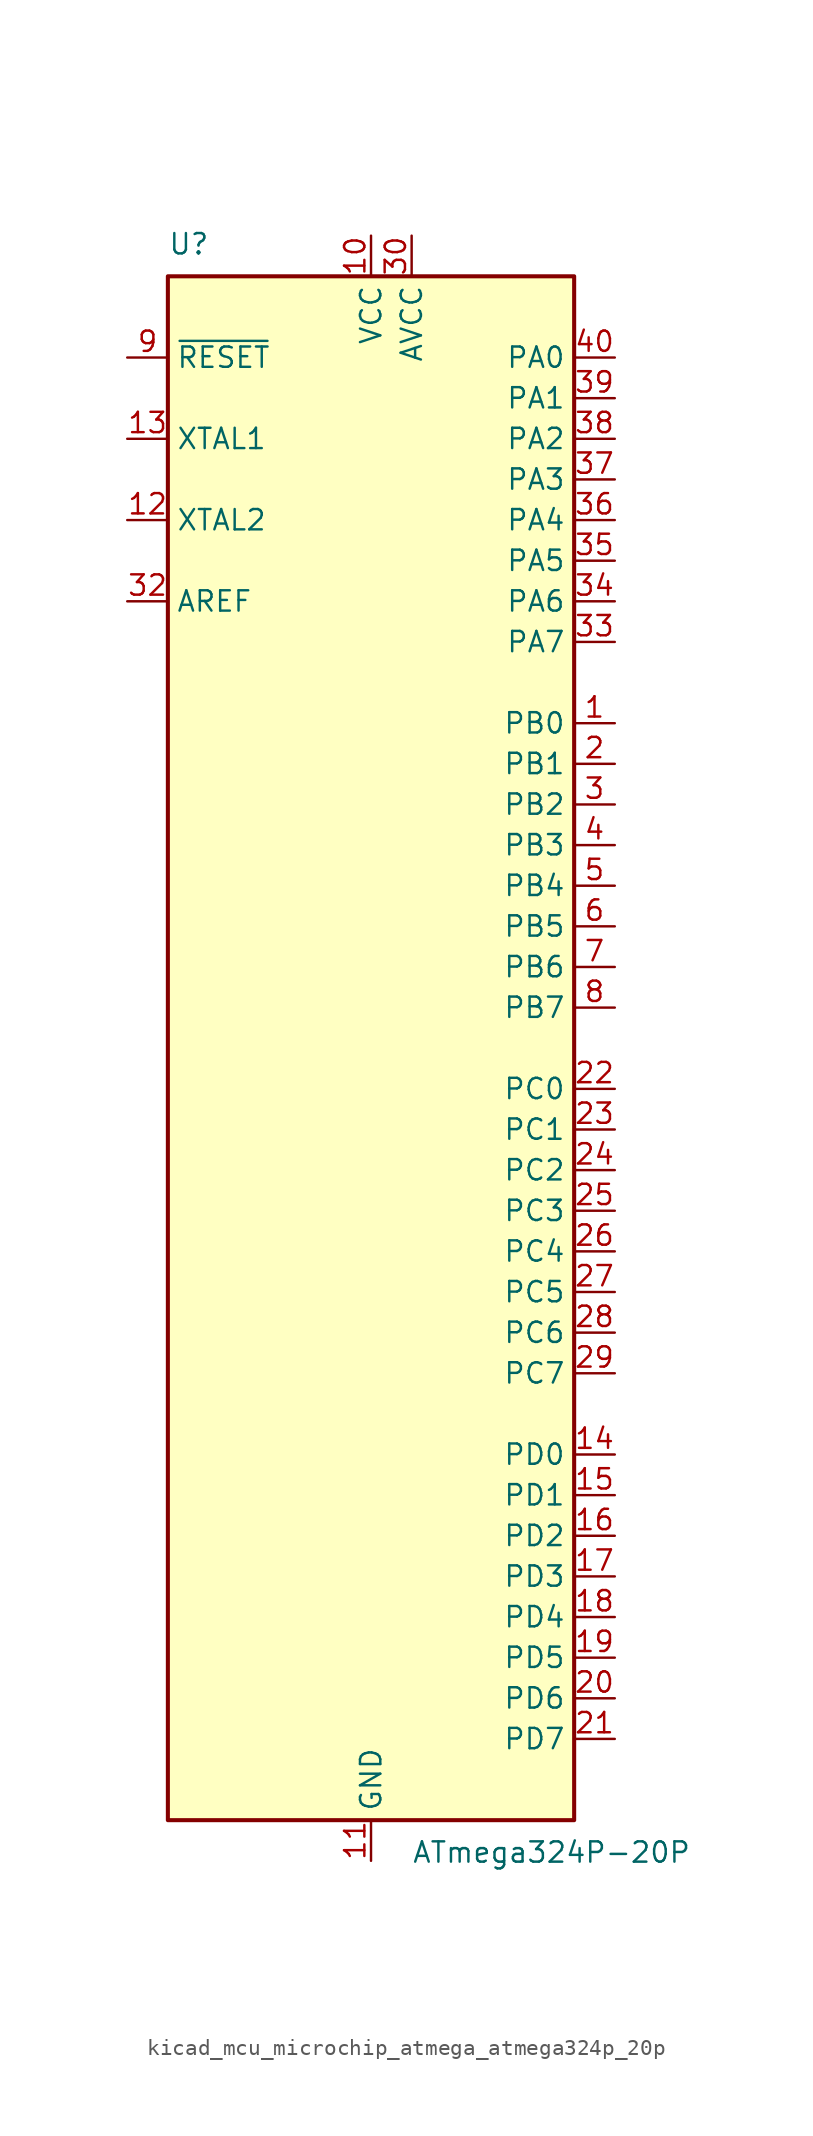
<source format=kicad_sym>
(kicad_symbol_lib
  (version 20220914)
  (generator kicad_symbol_editor)
  (symbol "kicad_mcu_microchip_atmega_atmega324p_20p"
    (property "Reference" "U"
      (at -12.7 49.53 0)
      (effects (font (size 1.27 1.27)) (justify left bottom)))
    (property "Value" "ATmega324P-20P"
      (at 2.54 -49.53 0)
      (effects (font (size 1.27 1.27)) (justify left top)))
    (symbol "kicad_mcu_microchip_atmega_atmega324p_20p_0_1"
      (rectangle (start -12.7 -48.26) (end 12.7 48.26) (stroke (width 0.254) (type default)) (fill (type background))))
    (symbol "kicad_mcu_microchip_atmega_atmega324p_20p_1_1"
      (pin bidirectional line (at 15.24 20.32 180) (length 2.54) (name "PB0" (effects (font (size 1.27 1.27)))) (number "1" (effects (font (size 1.27 1.27)))))
      (pin power_in line (at 0 50.8 270) (length 2.54) (name "VCC" (effects (font (size 1.27 1.27)))) (number "10" (effects (font (size 1.27 1.27)))))
      (pin power_in line (at 0 -50.8 90) (length 2.54) (name "GND" (effects (font (size 1.27 1.27)))) (number "11" (effects (font (size 1.27 1.27)))))
      (pin output line (at -15.24 33.02 0) (length 2.54) (name "XTAL2" (effects (font (size 1.27 1.27)))) (number "12" (effects (font (size 1.27 1.27)))))
      (pin input line (at -15.24 38.1 0) (length 2.54) (name "XTAL1" (effects (font (size 1.27 1.27)))) (number "13" (effects (font (size 1.27 1.27)))))
      (pin bidirectional line (at 15.24 -25.4 180) (length 2.54) (name "PD0" (effects (font (size 1.27 1.27)))) (number "14" (effects (font (size 1.27 1.27)))))
      (pin bidirectional line (at 15.24 -27.94 180) (length 2.54) (name "PD1" (effects (font (size 1.27 1.27)))) (number "15" (effects (font (size 1.27 1.27)))))
      (pin bidirectional line (at 15.24 -30.48 180) (length 2.54) (name "PD2" (effects (font (size 1.27 1.27)))) (number "16" (effects (font (size 1.27 1.27)))))
      (pin bidirectional line (at 15.24 -33.02 180) (length 2.54) (name "PD3" (effects (font (size 1.27 1.27)))) (number "17" (effects (font (size 1.27 1.27)))))
      (pin bidirectional line (at 15.24 -35.56 180) (length 2.54) (name "PD4" (effects (font (size 1.27 1.27)))) (number "18" (effects (font (size 1.27 1.27)))))
      (pin bidirectional line (at 15.24 -38.1 180) (length 2.54) (name "PD5" (effects (font (size 1.27 1.27)))) (number "19" (effects (font (size 1.27 1.27)))))
      (pin bidirectional line (at 15.24 17.78 180) (length 2.54) (name "PB1" (effects (font (size 1.27 1.27)))) (number "2" (effects (font (size 1.27 1.27)))))
      (pin bidirectional line (at 15.24 -40.64 180) (length 2.54) (name "PD6" (effects (font (size 1.27 1.27)))) (number "20" (effects (font (size 1.27 1.27)))))
      (pin bidirectional line (at 15.24 -43.18 180) (length 2.54) (name "PD7" (effects (font (size 1.27 1.27)))) (number "21" (effects (font (size 1.27 1.27)))))
      (pin bidirectional line (at 15.24 -2.54 180) (length 2.54) (name "PC0" (effects (font (size 1.27 1.27)))) (number "22" (effects (font (size 1.27 1.27)))))
      (pin bidirectional line (at 15.24 -5.08 180) (length 2.54) (name "PC1" (effects (font (size 1.27 1.27)))) (number "23" (effects (font (size 1.27 1.27)))))
      (pin bidirectional line (at 15.24 -7.62 180) (length 2.54) (name "PC2" (effects (font (size 1.27 1.27)))) (number "24" (effects (font (size 1.27 1.27)))))
      (pin bidirectional line (at 15.24 -10.16 180) (length 2.54) (name "PC3" (effects (font (size 1.27 1.27)))) (number "25" (effects (font (size 1.27 1.27)))))
      (pin bidirectional line (at 15.24 -12.7 180) (length 2.54) (name "PC4" (effects (font (size 1.27 1.27)))) (number "26" (effects (font (size 1.27 1.27)))))
      (pin bidirectional line (at 15.24 -15.24 180) (length 2.54) (name "PC5" (effects (font (size 1.27 1.27)))) (number "27" (effects (font (size 1.27 1.27)))))
      (pin bidirectional line (at 15.24 -17.78 180) (length 2.54) (name "PC6" (effects (font (size 1.27 1.27)))) (number "28" (effects (font (size 1.27 1.27)))))
      (pin bidirectional line (at 15.24 -20.32 180) (length 2.54) (name "PC7" (effects (font (size 1.27 1.27)))) (number "29" (effects (font (size 1.27 1.27)))))
      (pin bidirectional line (at 15.24 15.24 180) (length 2.54) (name "PB2" (effects (font (size 1.27 1.27)))) (number "3" (effects (font (size 1.27 1.27)))))
      (pin power_in line (at 2.54 50.8 270) (length 2.54) (name "AVCC" (effects (font (size 1.27 1.27)))) (number "30" (effects (font (size 1.27 1.27)))))
      (pin passive line (at 0 -50.8 90) (length 2.54) hide (name "GND" (effects (font (size 1.27 1.27)))) (number "31" (effects (font (size 1.27 1.27)))))
      (pin passive line (at -15.24 27.94 0) (length 2.54) (name "AREF" (effects (font (size 1.27 1.27)))) (number "32" (effects (font (size 1.27 1.27)))))
      (pin bidirectional line (at 15.24 25.4 180) (length 2.54) (name "PA7" (effects (font (size 1.27 1.27)))) (number "33" (effects (font (size 1.27 1.27)))))
      (pin bidirectional line (at 15.24 27.94 180) (length 2.54) (name "PA6" (effects (font (size 1.27 1.27)))) (number "34" (effects (font (size 1.27 1.27)))))
      (pin bidirectional line (at 15.24 30.48 180) (length 2.54) (name "PA5" (effects (font (size 1.27 1.27)))) (number "35" (effects (font (size 1.27 1.27)))))
      (pin bidirectional line (at 15.24 33.02 180) (length 2.54) (name "PA4" (effects (font (size 1.27 1.27)))) (number "36" (effects (font (size 1.27 1.27)))))
      (pin bidirectional line (at 15.24 35.56 180) (length 2.54) (name "PA3" (effects (font (size 1.27 1.27)))) (number "37" (effects (font (size 1.27 1.27)))))
      (pin bidirectional line (at 15.24 38.1 180) (length 2.54) (name "PA2" (effects (font (size 1.27 1.27)))) (number "38" (effects (font (size 1.27 1.27)))))
      (pin bidirectional line (at 15.24 40.64 180) (length 2.54) (name "PA1" (effects (font (size 1.27 1.27)))) (number "39" (effects (font (size 1.27 1.27)))))
      (pin bidirectional line (at 15.24 12.7 180) (length 2.54) (name "PB3" (effects (font (size 1.27 1.27)))) (number "4" (effects (font (size 1.27 1.27)))))
      (pin bidirectional line (at 15.24 43.18 180) (length 2.54) (name "PA0" (effects (font (size 1.27 1.27)))) (number "40" (effects (font (size 1.27 1.27)))))
      (pin bidirectional line (at 15.24 10.16 180) (length 2.54) (name "PB4" (effects (font (size 1.27 1.27)))) (number "5" (effects (font (size 1.27 1.27)))))
      (pin bidirectional line (at 15.24 7.62 180) (length 2.54) (name "PB5" (effects (font (size 1.27 1.27)))) (number "6" (effects (font (size 1.27 1.27)))))
      (pin bidirectional line (at 15.24 5.08 180) (length 2.54) (name "PB6" (effects (font (size 1.27 1.27)))) (number "7" (effects (font (size 1.27 1.27)))))
      (pin bidirectional line (at 15.24 2.54 180) (length 2.54) (name "PB7" (effects (font (size 1.27 1.27)))) (number "8" (effects (font (size 1.27 1.27)))))
      (pin input line (at -15.24 43.18 0) (length 2.54) (name "~{RESET}" (effects (font (size 1.27 1.27)))) (number "9" (effects (font (size 1.27 1.27))))))))
</source>
